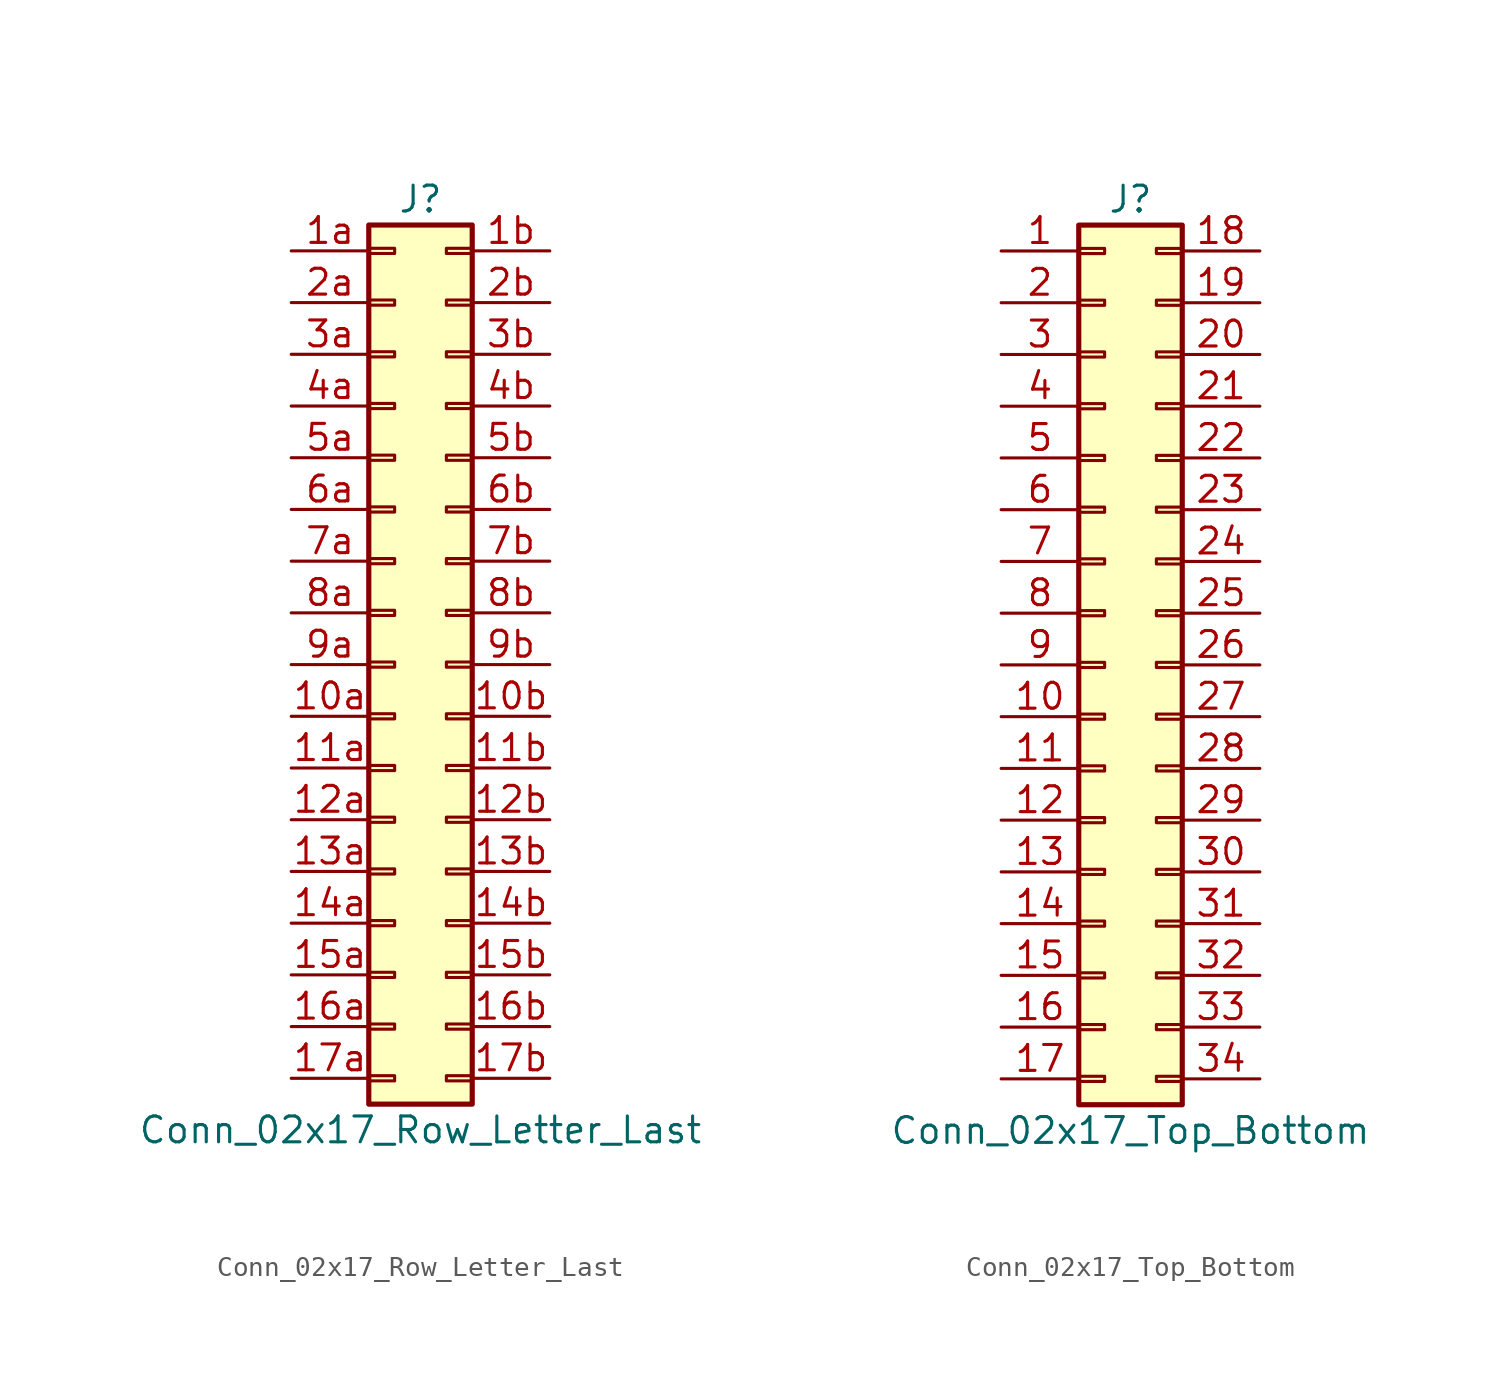
<source format=kicad_sym>
(kicad_symbol_lib
  (version 20220914)
  (generator kicad_symbol_editor)
  (symbol "Conn_02x17_Row_Letter_Last"
    (pin_names
      (offset 1.016) hide)
    (property "Reference" "J"
      (at 1.27 22.86 0)
      (effects (font (size 1.27 1.27))))
    (property "Value" "Conn_02x17_Row_Letter_Last"
      (at 1.27 -22.86 0)
      (effects (font (size 1.27 1.27))))
    (symbol "Conn_02x17_Row_Letter_Last_1_1"
      (rectangle (start -1.27 -20.193) (end 0 -20.447) (stroke (width 0.152) (type default)) (fill (type none)))
      (rectangle (start -1.27 -17.653) (end 0 -17.907) (stroke (width 0.152) (type default)) (fill (type none)))
      (rectangle (start -1.27 -15.113) (end 0 -15.367) (stroke (width 0.152) (type default)) (fill (type none)))
      (rectangle (start -1.27 -12.573) (end 0 -12.827) (stroke (width 0.152) (type default)) (fill (type none)))
      (rectangle (start -1.27 -10.033) (end 0 -10.287) (stroke (width 0.152) (type default)) (fill (type none)))
      (rectangle (start -1.27 -7.493) (end 0 -7.747) (stroke (width 0.152) (type default)) (fill (type none)))
      (rectangle (start -1.27 -4.953) (end 0 -5.207) (stroke (width 0.152) (type default)) (fill (type none)))
      (rectangle (start -1.27 -2.413) (end 0 -2.667) (stroke (width 0.152) (type default)) (fill (type none)))
      (rectangle (start -1.27 0.127) (end 0 -0.127) (stroke (width 0.152) (type default)) (fill (type none)))
      (rectangle (start -1.27 2.667) (end 0 2.413) (stroke (width 0.152) (type default)) (fill (type none)))
      (rectangle (start -1.27 5.207) (end 0 4.953) (stroke (width 0.152) (type default)) (fill (type none)))
      (rectangle (start -1.27 7.747) (end 0 7.493) (stroke (width 0.152) (type default)) (fill (type none)))
      (rectangle (start -1.27 10.287) (end 0 10.033) (stroke (width 0.152) (type default)) (fill (type none)))
      (rectangle (start -1.27 12.827) (end 0 12.573) (stroke (width 0.152) (type default)) (fill (type none)))
      (rectangle (start -1.27 15.367) (end 0 15.113) (stroke (width 0.152) (type default)) (fill (type none)))
      (rectangle (start -1.27 17.907) (end 0 17.653) (stroke (width 0.152) (type default)) (fill (type none)))
      (rectangle (start -1.27 20.447) (end 0 20.193) (stroke (width 0.152) (type default)) (fill (type none)))
      (rectangle (start -1.27 21.59) (end 3.81 -21.59) (stroke (width 0.254) (type default)) (fill (type background)))
      (rectangle (start 3.81 -20.193) (end 2.54 -20.447) (stroke (width 0.152) (type default)) (fill (type none)))
      (rectangle (start 3.81 -17.653) (end 2.54 -17.907) (stroke (width 0.152) (type default)) (fill (type none)))
      (rectangle (start 3.81 -15.113) (end 2.54 -15.367) (stroke (width 0.152) (type default)) (fill (type none)))
      (rectangle (start 3.81 -12.573) (end 2.54 -12.827) (stroke (width 0.152) (type default)) (fill (type none)))
      (rectangle (start 3.81 -10.033) (end 2.54 -10.287) (stroke (width 0.152) (type default)) (fill (type none)))
      (rectangle (start 3.81 -7.493) (end 2.54 -7.747) (stroke (width 0.152) (type default)) (fill (type none)))
      (rectangle (start 3.81 -4.953) (end 2.54 -5.207) (stroke (width 0.152) (type default)) (fill (type none)))
      (rectangle (start 3.81 -2.413) (end 2.54 -2.667) (stroke (width 0.152) (type default)) (fill (type none)))
      (rectangle (start 3.81 0.127) (end 2.54 -0.127) (stroke (width 0.152) (type default)) (fill (type none)))
      (rectangle (start 3.81 2.667) (end 2.54 2.413) (stroke (width 0.152) (type default)) (fill (type none)))
      (rectangle (start 3.81 5.207) (end 2.54 4.953) (stroke (width 0.152) (type default)) (fill (type none)))
      (rectangle (start 3.81 7.747) (end 2.54 7.493) (stroke (width 0.152) (type default)) (fill (type none)))
      (rectangle (start 3.81 10.287) (end 2.54 10.033) (stroke (width 0.152) (type default)) (fill (type none)))
      (rectangle (start 3.81 12.827) (end 2.54 12.573) (stroke (width 0.152) (type default)) (fill (type none)))
      (rectangle (start 3.81 15.367) (end 2.54 15.113) (stroke (width 0.152) (type default)) (fill (type none)))
      (rectangle (start 3.81 17.907) (end 2.54 17.653) (stroke (width 0.152) (type default)) (fill (type none)))
      (rectangle (start 3.81 20.447) (end 2.54 20.193) (stroke (width 0.152) (type default)) (fill (type none)))
      (pin passive line (at -5.08 -2.54 0) (length 3.81) (name "Pin_10a" (effects (font (size 1.27 1.27)))) (number "10a" (effects (font (size 1.27 1.27)))))
      (pin passive line (at 7.62 -2.54 180) (length 3.81) (name "Pin_10b" (effects (font (size 1.27 1.27)))) (number "10b" (effects (font (size 1.27 1.27)))))
      (pin passive line (at -5.08 -5.08 0) (length 3.81) (name "Pin_11a" (effects (font (size 1.27 1.27)))) (number "11a" (effects (font (size 1.27 1.27)))))
      (pin passive line (at 7.62 -5.08 180) (length 3.81) (name "Pin_11b" (effects (font (size 1.27 1.27)))) (number "11b" (effects (font (size 1.27 1.27)))))
      (pin passive line (at -5.08 -7.62 0) (length 3.81) (name "Pin_12a" (effects (font (size 1.27 1.27)))) (number "12a" (effects (font (size 1.27 1.27)))))
      (pin passive line (at 7.62 -7.62 180) (length 3.81) (name "Pin_12b" (effects (font (size 1.27 1.27)))) (number "12b" (effects (font (size 1.27 1.27)))))
      (pin passive line (at -5.08 -10.16 0) (length 3.81) (name "Pin_13a" (effects (font (size 1.27 1.27)))) (number "13a" (effects (font (size 1.27 1.27)))))
      (pin passive line (at 7.62 -10.16 180) (length 3.81) (name "Pin_13b" (effects (font (size 1.27 1.27)))) (number "13b" (effects (font (size 1.27 1.27)))))
      (pin passive line (at -5.08 -12.7 0) (length 3.81) (name "Pin_14a" (effects (font (size 1.27 1.27)))) (number "14a" (effects (font (size 1.27 1.27)))))
      (pin passive line (at 7.62 -12.7 180) (length 3.81) (name "Pin_14b" (effects (font (size 1.27 1.27)))) (number "14b" (effects (font (size 1.27 1.27)))))
      (pin passive line (at -5.08 -15.24 0) (length 3.81) (name "Pin_15a" (effects (font (size 1.27 1.27)))) (number "15a" (effects (font (size 1.27 1.27)))))
      (pin passive line (at 7.62 -15.24 180) (length 3.81) (name "Pin_15b" (effects (font (size 1.27 1.27)))) (number "15b" (effects (font (size 1.27 1.27)))))
      (pin passive line (at -5.08 -17.78 0) (length 3.81) (name "Pin_16a" (effects (font (size 1.27 1.27)))) (number "16a" (effects (font (size 1.27 1.27)))))
      (pin passive line (at 7.62 -17.78 180) (length 3.81) (name "Pin_16b" (effects (font (size 1.27 1.27)))) (number "16b" (effects (font (size 1.27 1.27)))))
      (pin passive line (at -5.08 -20.32 0) (length 3.81) (name "Pin_17a" (effects (font (size 1.27 1.27)))) (number "17a" (effects (font (size 1.27 1.27)))))
      (pin passive line (at 7.62 -20.32 180) (length 3.81) (name "Pin_17b" (effects (font (size 1.27 1.27)))) (number "17b" (effects (font (size 1.27 1.27)))))
      (pin passive line (at -5.08 20.32 0) (length 3.81) (name "Pin_1a" (effects (font (size 1.27 1.27)))) (number "1a" (effects (font (size 1.27 1.27)))))
      (pin passive line (at 7.62 20.32 180) (length 3.81) (name "Pin_1b" (effects (font (size 1.27 1.27)))) (number "1b" (effects (font (size 1.27 1.27)))))
      (pin passive line (at -5.08 17.78 0) (length 3.81) (name "Pin_2a" (effects (font (size 1.27 1.27)))) (number "2a" (effects (font (size 1.27 1.27)))))
      (pin passive line (at 7.62 17.78 180) (length 3.81) (name "Pin_2b" (effects (font (size 1.27 1.27)))) (number "2b" (effects (font (size 1.27 1.27)))))
      (pin passive line (at -5.08 15.24 0) (length 3.81) (name "Pin_3a" (effects (font (size 1.27 1.27)))) (number "3a" (effects (font (size 1.27 1.27)))))
      (pin passive line (at 7.62 15.24 180) (length 3.81) (name "Pin_3b" (effects (font (size 1.27 1.27)))) (number "3b" (effects (font (size 1.27 1.27)))))
      (pin passive line (at -5.08 12.7 0) (length 3.81) (name "Pin_4a" (effects (font (size 1.27 1.27)))) (number "4a" (effects (font (size 1.27 1.27)))))
      (pin passive line (at 7.62 12.7 180) (length 3.81) (name "Pin_4b" (effects (font (size 1.27 1.27)))) (number "4b" (effects (font (size 1.27 1.27)))))
      (pin passive line (at -5.08 10.16 0) (length 3.81) (name "Pin_5a" (effects (font (size 1.27 1.27)))) (number "5a" (effects (font (size 1.27 1.27)))))
      (pin passive line (at 7.62 10.16 180) (length 3.81) (name "Pin_5b" (effects (font (size 1.27 1.27)))) (number "5b" (effects (font (size 1.27 1.27)))))
      (pin passive line (at -5.08 7.62 0) (length 3.81) (name "Pin_6a" (effects (font (size 1.27 1.27)))) (number "6a" (effects (font (size 1.27 1.27)))))
      (pin passive line (at 7.62 7.62 180) (length 3.81) (name "Pin_6b" (effects (font (size 1.27 1.27)))) (number "6b" (effects (font (size 1.27 1.27)))))
      (pin passive line (at -5.08 5.08 0) (length 3.81) (name "Pin_7a" (effects (font (size 1.27 1.27)))) (number "7a" (effects (font (size 1.27 1.27)))))
      (pin passive line (at 7.62 5.08 180) (length 3.81) (name "Pin_7b" (effects (font (size 1.27 1.27)))) (number "7b" (effects (font (size 1.27 1.27)))))
      (pin passive line (at -5.08 2.54 0) (length 3.81) (name "Pin_8a" (effects (font (size 1.27 1.27)))) (number "8a" (effects (font (size 1.27 1.27)))))
      (pin passive line (at 7.62 2.54 180) (length 3.81) (name "Pin_8b" (effects (font (size 1.27 1.27)))) (number "8b" (effects (font (size 1.27 1.27)))))
      (pin passive line (at -5.08 0 0) (length 3.81) (name "Pin_9a" (effects (font (size 1.27 1.27)))) (number "9a" (effects (font (size 1.27 1.27)))))
      (pin passive line (at 7.62 0 180) (length 3.81) (name "Pin_9b" (effects (font (size 1.27 1.27)))) (number "9b" (effects (font (size 1.27 1.27)))))))
  (symbol "Conn_02x17_Top_Bottom"
    (pin_names
      (offset 1.016) hide)
    (property "Reference" "J"
      (at 1.27 22.86 0)
      (effects (font (size 1.27 1.27))))
    (property "Value" "Conn_02x17_Top_Bottom"
      (at 1.27 -22.86 0)
      (effects (font (size 1.27 1.27))))
    (symbol "Conn_02x17_Top_Bottom_1_1"
      (rectangle (start -1.27 -20.193) (end 0 -20.447) (stroke (width 0.152) (type default)) (fill (type none)))
      (rectangle (start -1.27 -17.653) (end 0 -17.907) (stroke (width 0.152) (type default)) (fill (type none)))
      (rectangle (start -1.27 -15.113) (end 0 -15.367) (stroke (width 0.152) (type default)) (fill (type none)))
      (rectangle (start -1.27 -12.573) (end 0 -12.827) (stroke (width 0.152) (type default)) (fill (type none)))
      (rectangle (start -1.27 -10.033) (end 0 -10.287) (stroke (width 0.152) (type default)) (fill (type none)))
      (rectangle (start -1.27 -7.493) (end 0 -7.747) (stroke (width 0.152) (type default)) (fill (type none)))
      (rectangle (start -1.27 -4.953) (end 0 -5.207) (stroke (width 0.152) (type default)) (fill (type none)))
      (rectangle (start -1.27 -2.413) (end 0 -2.667) (stroke (width 0.152) (type default)) (fill (type none)))
      (rectangle (start -1.27 0.127) (end 0 -0.127) (stroke (width 0.152) (type default)) (fill (type none)))
      (rectangle (start -1.27 2.667) (end 0 2.413) (stroke (width 0.152) (type default)) (fill (type none)))
      (rectangle (start -1.27 5.207) (end 0 4.953) (stroke (width 0.152) (type default)) (fill (type none)))
      (rectangle (start -1.27 7.747) (end 0 7.493) (stroke (width 0.152) (type default)) (fill (type none)))
      (rectangle (start -1.27 10.287) (end 0 10.033) (stroke (width 0.152) (type default)) (fill (type none)))
      (rectangle (start -1.27 12.827) (end 0 12.573) (stroke (width 0.152) (type default)) (fill (type none)))
      (rectangle (start -1.27 15.367) (end 0 15.113) (stroke (width 0.152) (type default)) (fill (type none)))
      (rectangle (start -1.27 17.907) (end 0 17.653) (stroke (width 0.152) (type default)) (fill (type none)))
      (rectangle (start -1.27 20.447) (end 0 20.193) (stroke (width 0.152) (type default)) (fill (type none)))
      (rectangle (start -1.27 21.59) (end 3.81 -21.59) (stroke (width 0.254) (type default)) (fill (type background)))
      (rectangle (start 3.81 -20.193) (end 2.54 -20.447) (stroke (width 0.152) (type default)) (fill (type none)))
      (rectangle (start 3.81 -17.653) (end 2.54 -17.907) (stroke (width 0.152) (type default)) (fill (type none)))
      (rectangle (start 3.81 -15.113) (end 2.54 -15.367) (stroke (width 0.152) (type default)) (fill (type none)))
      (rectangle (start 3.81 -12.573) (end 2.54 -12.827) (stroke (width 0.152) (type default)) (fill (type none)))
      (rectangle (start 3.81 -10.033) (end 2.54 -10.287) (stroke (width 0.152) (type default)) (fill (type none)))
      (rectangle (start 3.81 -7.493) (end 2.54 -7.747) (stroke (width 0.152) (type default)) (fill (type none)))
      (rectangle (start 3.81 -4.953) (end 2.54 -5.207) (stroke (width 0.152) (type default)) (fill (type none)))
      (rectangle (start 3.81 -2.413) (end 2.54 -2.667) (stroke (width 0.152) (type default)) (fill (type none)))
      (rectangle (start 3.81 0.127) (end 2.54 -0.127) (stroke (width 0.152) (type default)) (fill (type none)))
      (rectangle (start 3.81 2.667) (end 2.54 2.413) (stroke (width 0.152) (type default)) (fill (type none)))
      (rectangle (start 3.81 5.207) (end 2.54 4.953) (stroke (width 0.152) (type default)) (fill (type none)))
      (rectangle (start 3.81 7.747) (end 2.54 7.493) (stroke (width 0.152) (type default)) (fill (type none)))
      (rectangle (start 3.81 10.287) (end 2.54 10.033) (stroke (width 0.152) (type default)) (fill (type none)))
      (rectangle (start 3.81 12.827) (end 2.54 12.573) (stroke (width 0.152) (type default)) (fill (type none)))
      (rectangle (start 3.81 15.367) (end 2.54 15.113) (stroke (width 0.152) (type default)) (fill (type none)))
      (rectangle (start 3.81 17.907) (end 2.54 17.653) (stroke (width 0.152) (type default)) (fill (type none)))
      (rectangle (start 3.81 20.447) (end 2.54 20.193) (stroke (width 0.152) (type default)) (fill (type none)))
      (pin passive line (at -5.08 20.32 0) (length 3.81) (name "Pin_1" (effects (font (size 1.27 1.27)))) (number "1" (effects (font (size 1.27 1.27)))))
      (pin passive line (at -5.08 -2.54 0) (length 3.81) (name "Pin_10" (effects (font (size 1.27 1.27)))) (number "10" (effects (font (size 1.27 1.27)))))
      (pin passive line (at -5.08 -5.08 0) (length 3.81) (name "Pin_11" (effects (font (size 1.27 1.27)))) (number "11" (effects (font (size 1.27 1.27)))))
      (pin passive line (at -5.08 -7.62 0) (length 3.81) (name "Pin_12" (effects (font (size 1.27 1.27)))) (number "12" (effects (font (size 1.27 1.27)))))
      (pin passive line (at -5.08 -10.16 0) (length 3.81) (name "Pin_13" (effects (font (size 1.27 1.27)))) (number "13" (effects (font (size 1.27 1.27)))))
      (pin passive line (at -5.08 -12.7 0) (length 3.81) (name "Pin_14" (effects (font (size 1.27 1.27)))) (number "14" (effects (font (size 1.27 1.27)))))
      (pin passive line (at -5.08 -15.24 0) (length 3.81) (name "Pin_15" (effects (font (size 1.27 1.27)))) (number "15" (effects (font (size 1.27 1.27)))))
      (pin passive line (at -5.08 -17.78 0) (length 3.81) (name "Pin_16" (effects (font (size 1.27 1.27)))) (number "16" (effects (font (size 1.27 1.27)))))
      (pin passive line (at -5.08 -20.32 0) (length 3.81) (name "Pin_17" (effects (font (size 1.27 1.27)))) (number "17" (effects (font (size 1.27 1.27)))))
      (pin passive line (at 7.62 20.32 180) (length 3.81) (name "Pin_18" (effects (font (size 1.27 1.27)))) (number "18" (effects (font (size 1.27 1.27)))))
      (pin passive line (at 7.62 17.78 180) (length 3.81) (name "Pin_19" (effects (font (size 1.27 1.27)))) (number "19" (effects (font (size 1.27 1.27)))))
      (pin passive line (at -5.08 17.78 0) (length 3.81) (name "Pin_2" (effects (font (size 1.27 1.27)))) (number "2" (effects (font (size 1.27 1.27)))))
      (pin passive line (at 7.62 15.24 180) (length 3.81) (name "Pin_20" (effects (font (size 1.27 1.27)))) (number "20" (effects (font (size 1.27 1.27)))))
      (pin passive line (at 7.62 12.7 180) (length 3.81) (name "Pin_21" (effects (font (size 1.27 1.27)))) (number "21" (effects (font (size 1.27 1.27)))))
      (pin passive line (at 7.62 10.16 180) (length 3.81) (name "Pin_22" (effects (font (size 1.27 1.27)))) (number "22" (effects (font (size 1.27 1.27)))))
      (pin passive line (at 7.62 7.62 180) (length 3.81) (name "Pin_23" (effects (font (size 1.27 1.27)))) (number "23" (effects (font (size 1.27 1.27)))))
      (pin passive line (at 7.62 5.08 180) (length 3.81) (name "Pin_24" (effects (font (size 1.27 1.27)))) (number "24" (effects (font (size 1.27 1.27)))))
      (pin passive line (at 7.62 2.54 180) (length 3.81) (name "Pin_25" (effects (font (size 1.27 1.27)))) (number "25" (effects (font (size 1.27 1.27)))))
      (pin passive line (at 7.62 0 180) (length 3.81) (name "Pin_26" (effects (font (size 1.27 1.27)))) (number "26" (effects (font (size 1.27 1.27)))))
      (pin passive line (at 7.62 -2.54 180) (length 3.81) (name "Pin_27" (effects (font (size 1.27 1.27)))) (number "27" (effects (font (size 1.27 1.27)))))
      (pin passive line (at 7.62 -5.08 180) (length 3.81) (name "Pin_28" (effects (font (size 1.27 1.27)))) (number "28" (effects (font (size 1.27 1.27)))))
      (pin passive line (at 7.62 -7.62 180) (length 3.81) (name "Pin_29" (effects (font (size 1.27 1.27)))) (number "29" (effects (font (size 1.27 1.27)))))
      (pin passive line (at -5.08 15.24 0) (length 3.81) (name "Pin_3" (effects (font (size 1.27 1.27)))) (number "3" (effects (font (size 1.27 1.27)))))
      (pin passive line (at 7.62 -10.16 180) (length 3.81) (name "Pin_30" (effects (font (size 1.27 1.27)))) (number "30" (effects (font (size 1.27 1.27)))))
      (pin passive line (at 7.62 -12.7 180) (length 3.81) (name "Pin_31" (effects (font (size 1.27 1.27)))) (number "31" (effects (font (size 1.27 1.27)))))
      (pin passive line (at 7.62 -15.24 180) (length 3.81) (name "Pin_32" (effects (font (size 1.27 1.27)))) (number "32" (effects (font (size 1.27 1.27)))))
      (pin passive line (at 7.62 -17.78 180) (length 3.81) (name "Pin_33" (effects (font (size 1.27 1.27)))) (number "33" (effects (font (size 1.27 1.27)))))
      (pin passive line (at 7.62 -20.32 180) (length 3.81) (name "Pin_34" (effects (font (size 1.27 1.27)))) (number "34" (effects (font (size 1.27 1.27)))))
      (pin passive line (at -5.08 12.7 0) (length 3.81) (name "Pin_4" (effects (font (size 1.27 1.27)))) (number "4" (effects (font (size 1.27 1.27)))))
      (pin passive line (at -5.08 10.16 0) (length 3.81) (name "Pin_5" (effects (font (size 1.27 1.27)))) (number "5" (effects (font (size 1.27 1.27)))))
      (pin passive line (at -5.08 7.62 0) (length 3.81) (name "Pin_6" (effects (font (size 1.27 1.27)))) (number "6" (effects (font (size 1.27 1.27)))))
      (pin passive line (at -5.08 5.08 0) (length 3.81) (name "Pin_7" (effects (font (size 1.27 1.27)))) (number "7" (effects (font (size 1.27 1.27)))))
      (pin passive line (at -5.08 2.54 0) (length 3.81) (name "Pin_8" (effects (font (size 1.27 1.27)))) (number "8" (effects (font (size 1.27 1.27)))))
      (pin passive line (at -5.08 0 0) (length 3.81) (name "Pin_9" (effects (font (size 1.27 1.27)))) (number "9" (effects (font (size 1.27 1.27))))))))
</source>
